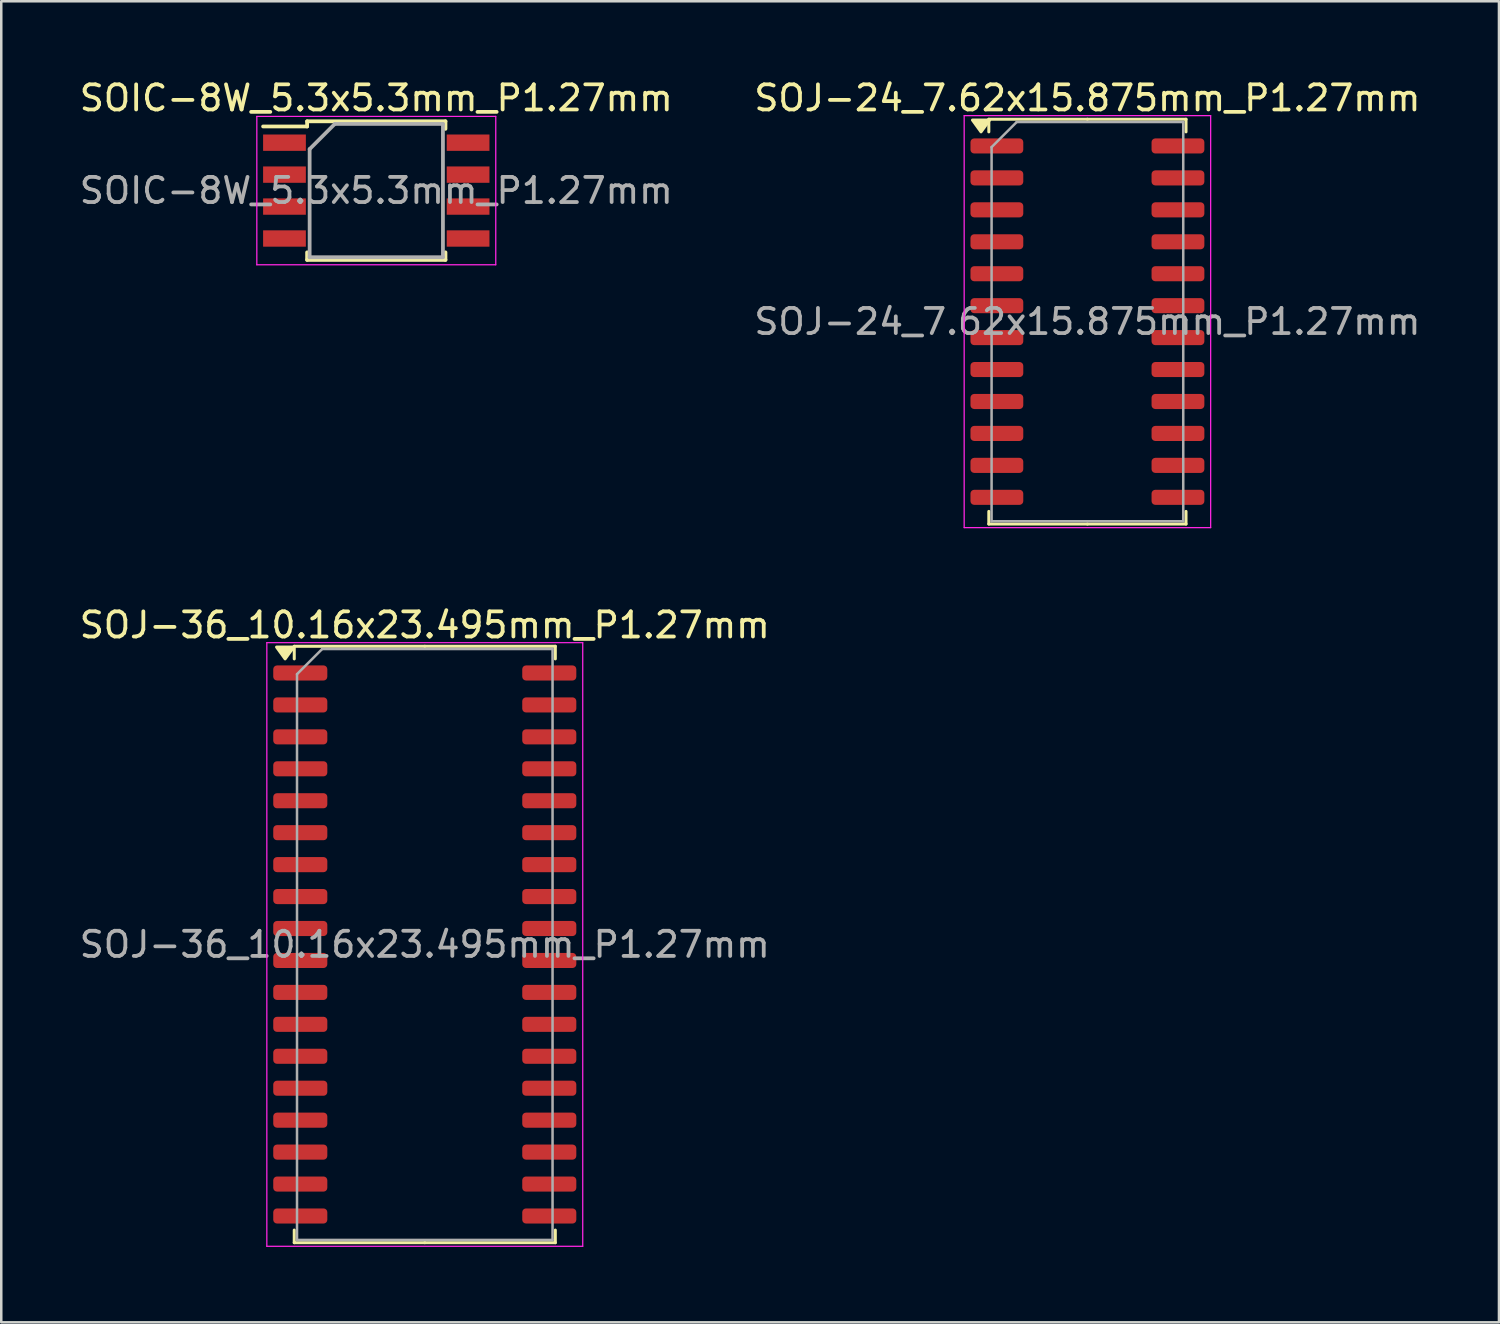
<source format=kicad_pcb>
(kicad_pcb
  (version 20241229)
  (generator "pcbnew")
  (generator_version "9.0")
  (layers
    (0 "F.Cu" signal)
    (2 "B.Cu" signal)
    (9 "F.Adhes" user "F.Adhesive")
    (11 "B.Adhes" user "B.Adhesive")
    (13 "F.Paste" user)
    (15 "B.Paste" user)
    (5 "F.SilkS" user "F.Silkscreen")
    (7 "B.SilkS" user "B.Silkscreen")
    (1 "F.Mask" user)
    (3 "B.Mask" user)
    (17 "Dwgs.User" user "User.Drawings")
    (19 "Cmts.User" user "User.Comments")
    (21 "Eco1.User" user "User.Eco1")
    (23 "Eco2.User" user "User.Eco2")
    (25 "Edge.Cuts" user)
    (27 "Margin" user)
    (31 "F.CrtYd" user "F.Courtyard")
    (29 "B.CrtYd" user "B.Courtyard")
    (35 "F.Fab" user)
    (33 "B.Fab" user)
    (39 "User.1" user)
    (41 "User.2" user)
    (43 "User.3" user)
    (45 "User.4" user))
  (footprint "SOJ-24_7.62x15.875mm_P1.27mm"
    (layer "F.Cu")
    (at 40.185 9.738)
    (property "Reference" "SOJ-24_7.62x15.875mm_P1.27mm" (at 0 -8.89 0) (layer "F.SilkS") (effects (font (size 1 1) (thickness 0.15))))
    (attr smd)
    (fp_line (start -3.92 -8.047) (end -3.92 -7.545) (stroke (width 0.12) (type solid)) (layer "F.SilkS"))
    (fp_line (start -3.92 8.047) (end -3.92 7.545) (stroke (width 0.12) (type solid)) (layer "F.SilkS"))
    (fp_line (start 0 -8.047) (end -3.92 -8.047) (stroke (width 0.12) (type solid)) (layer "F.SilkS"))
    (fp_line (start 0 -8.047) (end 3.92 -8.047) (stroke (width 0.12) (type solid)) (layer "F.SilkS"))
    (fp_line (start 0 8.047) (end -3.92 8.047) (stroke (width 0.12) (type solid)) (layer "F.SilkS"))
    (fp_line (start 0 8.047) (end 3.92 8.047) (stroke (width 0.12) (type solid)) (layer "F.SilkS"))
    (fp_line (start 3.92 -8.047) (end 3.92 -7.545) (stroke (width 0.12) (type solid)) (layer "F.SilkS"))
    (fp_line (start 3.92 8.047) (end 3.92 7.545) (stroke (width 0.12) (type solid)) (layer "F.SilkS"))
    (fp_poly (pts (xy -4.23 -7.545) (xy -4.57 -8.015) (xy -3.89 -8.015) (xy -4.23 -7.545)) (stroke (width 0.12) (type solid)) (fill yes) (layer "F.SilkS"))
    (fp_line (start -4.9 -8.19) (end -4.9 8.19) (stroke (width 0.05) (type solid)) (layer "F.CrtYd"))
    (fp_line (start -4.9 8.19) (end 4.9 8.19) (stroke (width 0.05) (type solid)) (layer "F.CrtYd"))
    (fp_line (start 4.9 -8.19) (end -4.9 -8.19) (stroke (width 0.05) (type solid)) (layer "F.CrtYd"))
    (fp_line (start 4.9 8.19) (end 4.9 -8.19) (stroke (width 0.05) (type solid)) (layer "F.CrtYd"))
    (fp_line (start -3.81 -6.938) (end -2.81 -7.938) (stroke (width 0.1) (type solid)) (layer "F.Fab"))
    (fp_line (start -3.81 7.938) (end -3.81 -6.938) (stroke (width 0.1) (type solid)) (layer "F.Fab"))
    (fp_line (start -2.81 -7.938) (end 3.81 -7.938) (stroke (width 0.1) (type solid)) (layer "F.Fab"))
    (fp_line (start 3.81 -7.938) (end 3.81 7.938) (stroke (width 0.1) (type solid)) (layer "F.Fab"))
    (fp_line (start 3.81 7.938) (end -3.81 7.938) (stroke (width 0.1) (type solid)) (layer "F.Fab"))
    (fp_text user "${REFERENCE}" (at 0 0 0) (layer "F.Fab") (effects (font (size 1 1) (thickness 0.15))))
    (pad "1" smd roundrect (at -3.6 -6.985) (size 2.1 0.6) (layers "F.Cu" "F.Mask" "F.Paste") (roundrect_rratio 0.25))
    (pad "2" smd roundrect (at -3.6 -5.715) (size 2.1 0.6) (layers "F.Cu" "F.Mask" "F.Paste") (roundrect_rratio 0.25))
    (pad "3" smd roundrect (at -3.6 -4.445) (size 2.1 0.6) (layers "F.Cu" "F.Mask" "F.Paste") (roundrect_rratio 0.25))
    (pad "4" smd roundrect (at -3.6 -3.175) (size 2.1 0.6) (layers "F.Cu" "F.Mask" "F.Paste") (roundrect_rratio 0.25))
    (pad "5" smd roundrect (at -3.6 -1.905) (size 2.1 0.6) (layers "F.Cu" "F.Mask" "F.Paste") (roundrect_rratio 0.25))
    (pad "6" smd roundrect (at -3.6 -0.635) (size 2.1 0.6) (layers "F.Cu" "F.Mask" "F.Paste") (roundrect_rratio 0.25))
    (pad "7" smd roundrect (at -3.6 0.635) (size 2.1 0.6) (layers "F.Cu" "F.Mask" "F.Paste") (roundrect_rratio 0.25))
    (pad "8" smd roundrect (at -3.6 1.905) (size 2.1 0.6) (layers "F.Cu" "F.Mask" "F.Paste") (roundrect_rratio 0.25))
    (pad "9" smd roundrect (at -3.6 3.175) (size 2.1 0.6) (layers "F.Cu" "F.Mask" "F.Paste") (roundrect_rratio 0.25))
    (pad "10" smd roundrect (at -3.6 4.445) (size 2.1 0.6) (layers "F.Cu" "F.Mask" "F.Paste") (roundrect_rratio 0.25))
    (pad "11" smd roundrect (at -3.6 5.715) (size 2.1 0.6) (layers "F.Cu" "F.Mask" "F.Paste") (roundrect_rratio 0.25))
    (pad "12" smd roundrect (at -3.6 6.985) (size 2.1 0.6) (layers "F.Cu" "F.Mask" "F.Paste") (roundrect_rratio 0.25))
    (pad "13" smd roundrect (at 3.6 6.985) (size 2.1 0.6) (layers "F.Cu" "F.Mask" "F.Paste") (roundrect_rratio 0.25))
    (pad "14" smd roundrect (at 3.6 5.715) (size 2.1 0.6) (layers "F.Cu" "F.Mask" "F.Paste") (roundrect_rratio 0.25))
    (pad "15" smd roundrect (at 3.6 4.445) (size 2.1 0.6) (layers "F.Cu" "F.Mask" "F.Paste") (roundrect_rratio 0.25))
    (pad "16" smd roundrect (at 3.6 3.175) (size 2.1 0.6) (layers "F.Cu" "F.Mask" "F.Paste") (roundrect_rratio 0.25))
    (pad "17" smd roundrect (at 3.6 1.905) (size 2.1 0.6) (layers "F.Cu" "F.Mask" "F.Paste") (roundrect_rratio 0.25))
    (pad "18" smd roundrect (at 3.6 0.635) (size 2.1 0.6) (layers "F.Cu" "F.Mask" "F.Paste") (roundrect_rratio 0.25))
    (pad "19" smd roundrect (at 3.6 -0.635) (size 2.1 0.6) (layers "F.Cu" "F.Mask" "F.Paste") (roundrect_rratio 0.25))
    (pad "20" smd roundrect (at 3.6 -1.905) (size 2.1 0.6) (layers "F.Cu" "F.Mask" "F.Paste") (roundrect_rratio 0.25))
    (pad "21" smd roundrect (at 3.6 -3.175) (size 2.1 0.6) (layers "F.Cu" "F.Mask" "F.Paste") (roundrect_rratio 0.25))
    (pad "22" smd roundrect (at 3.6 -4.445) (size 2.1 0.6) (layers "F.Cu" "F.Mask" "F.Paste") (roundrect_rratio 0.25))
    (pad "23" smd roundrect (at 3.6 -5.715) (size 2.1 0.6) (layers "F.Cu" "F.Mask" "F.Paste") (roundrect_rratio 0.25))
    (pad "24" smd roundrect (at 3.6 -6.985) (size 2.1 0.6) (layers "F.Cu" "F.Mask" "F.Paste") (roundrect_rratio 0.25)))
  (footprint "SOIC-8W_5.3x5.3mm_P1.27mm"
    (layer "F.Cu")
    (at 11.911 4.528)
    (property "Reference" "SOIC-8W_5.3x5.3mm_P1.27mm" (at 0 -3.68 0) (layer "F.SilkS") (effects (font (size 1 1) (thickness 0.15))))
    (attr smd)
    (fp_line (start -2.75 -2.755) (end -2.75 -2.55) (stroke (width 0.15) (type solid)) (layer "F.SilkS"))
    (fp_line (start -2.75 -2.755) (end 2.75 -2.755) (stroke (width 0.15) (type solid)) (layer "F.SilkS"))
    (fp_line (start -2.75 -2.55) (end -4.5 -2.55) (stroke (width 0.15) (type solid)) (layer "F.SilkS"))
    (fp_line (start -2.75 2.755) (end -2.75 2.455) (stroke (width 0.15) (type solid)) (layer "F.SilkS"))
    (fp_line (start -2.75 2.755) (end 2.75 2.755) (stroke (width 0.15) (type solid)) (layer "F.SilkS"))
    (fp_line (start 2.75 -2.755) (end 2.75 -2.455) (stroke (width 0.15) (type solid)) (layer "F.SilkS"))
    (fp_line (start 2.75 2.755) (end 2.75 2.455) (stroke (width 0.15) (type solid)) (layer "F.SilkS"))
    (fp_line (start -4.75 -2.95) (end -4.75 2.95) (stroke (width 0.05) (type solid)) (layer "F.CrtYd"))
    (fp_line (start -4.75 -2.95) (end 4.75 -2.95) (stroke (width 0.05) (type solid)) (layer "F.CrtYd"))
    (fp_line (start -4.75 2.95) (end 4.75 2.95) (stroke (width 0.05) (type solid)) (layer "F.CrtYd"))
    (fp_line (start 4.75 -2.95) (end 4.75 2.95) (stroke (width 0.05) (type solid)) (layer "F.CrtYd"))
    (fp_line (start -2.65 -1.65) (end -1.65 -2.65) (stroke (width 0.15) (type solid)) (layer "F.Fab"))
    (fp_line (start -2.65 2.65) (end -2.65 -1.65) (stroke (width 0.15) (type solid)) (layer "F.Fab"))
    (fp_line (start -1.65 -2.65) (end 2.65 -2.65) (stroke (width 0.15) (type solid)) (layer "F.Fab"))
    (fp_line (start 2.65 -2.65) (end 2.65 2.65) (stroke (width 0.15) (type solid)) (layer "F.Fab"))
    (fp_line (start 2.65 2.65) (end -2.65 2.65) (stroke (width 0.15) (type solid)) (layer "F.Fab"))
    (fp_text user "${REFERENCE}" (at 0 0 0) (layer "F.Fab") (effects (font (size 1 1) (thickness 0.15))))
    (pad "1" smd rect (at -3.65 -1.905) (size 1.7 0.65) (layers "F.Cu" "F.Mask" "F.Paste"))
    (pad "2" smd rect (at -3.65 -0.635) (size 1.7 0.65) (layers "F.Cu" "F.Mask" "F.Paste"))
    (pad "3" smd rect (at -3.65 0.635) (size 1.7 0.65) (layers "F.Cu" "F.Mask" "F.Paste"))
    (pad "4" smd rect (at -3.65 1.905) (size 1.7 0.65) (layers "F.Cu" "F.Mask" "F.Paste"))
    (pad "5" smd rect (at 3.65 1.905) (size 1.7 0.65) (layers "F.Cu" "F.Mask" "F.Paste"))
    (pad "6" smd rect (at 3.65 0.635) (size 1.7 0.65) (layers "F.Cu" "F.Mask" "F.Paste"))
    (pad "7" smd rect (at 3.65 -0.635) (size 1.7 0.65) (layers "F.Cu" "F.Mask" "F.Paste"))
    (pad "8" smd rect (at 3.65 -1.905) (size 1.7 0.65) (layers "F.Cu" "F.Mask" "F.Paste")))
  (footprint "SOJ-36_10.16x23.495mm_P1.27mm"
    (layer "F.Cu")
    (at 13.839 34.502)
    (property "Reference" "SOJ-36_10.16x23.495mm_P1.27mm" (at 0 -12.7 0) (layer "F.SilkS") (effects (font (size 1 1) (thickness 0.15))))
    (attr smd)
    (fp_line (start -5.19 -11.857) (end -5.19 -11.355) (stroke (width 0.12) (type solid)) (layer "F.SilkS"))
    (fp_line (start -5.19 11.857) (end -5.19 11.355) (stroke (width 0.12) (type solid)) (layer "F.SilkS"))
    (fp_line (start 0 -11.857) (end -5.19 -11.857) (stroke (width 0.12) (type solid)) (layer "F.SilkS"))
    (fp_line (start 0 -11.857) (end 5.19 -11.857) (stroke (width 0.12) (type solid)) (layer "F.SilkS"))
    (fp_line (start 0 11.857) (end -5.19 11.857) (stroke (width 0.12) (type solid)) (layer "F.SilkS"))
    (fp_line (start 0 11.857) (end 5.19 11.857) (stroke (width 0.12) (type solid)) (layer "F.SilkS"))
    (fp_line (start 5.19 -11.857) (end 5.19 -11.355) (stroke (width 0.12) (type solid)) (layer "F.SilkS"))
    (fp_line (start 5.19 11.857) (end 5.19 11.355) (stroke (width 0.12) (type solid)) (layer "F.SilkS"))
    (fp_poly (pts (xy -5.553 -11.355) (xy -5.893 -11.825) (xy -5.213 -11.825) (xy -5.553 -11.355)) (stroke (width 0.12) (type solid)) (fill yes) (layer "F.SilkS"))
    (fp_line (start -6.28 -12) (end -6.28 12) (stroke (width 0.05) (type solid)) (layer "F.CrtYd"))
    (fp_line (start -6.28 12) (end 6.28 12) (stroke (width 0.05) (type solid)) (layer "F.CrtYd"))
    (fp_line (start 6.28 -12) (end -6.28 -12) (stroke (width 0.05) (type solid)) (layer "F.CrtYd"))
    (fp_line (start 6.28 12) (end 6.28 -12) (stroke (width 0.05) (type solid)) (layer "F.CrtYd"))
    (fp_line (start -5.08 -10.748) (end -4.08 -11.748) (stroke (width 0.1) (type solid)) (layer "F.Fab"))
    (fp_line (start -5.08 11.748) (end -5.08 -10.748) (stroke (width 0.1) (type solid)) (layer "F.Fab"))
    (fp_line (start -4.08 -11.748) (end 5.08 -11.748) (stroke (width 0.1) (type solid)) (layer "F.Fab"))
    (fp_line (start 5.08 -11.748) (end 5.08 11.748) (stroke (width 0.1) (type solid)) (layer "F.Fab"))
    (fp_line (start 5.08 11.748) (end -5.08 11.748) (stroke (width 0.1) (type solid)) (layer "F.Fab"))
    (fp_text user "${REFERENCE}" (at 0 0 0) (layer "F.Fab") (effects (font (size 1 1) (thickness 0.15))))
    (pad "1" smd roundrect (at -4.95 -10.795) (size 2.15 0.6) (layers "F.Cu" "F.Mask" "F.Paste") (roundrect_rratio 0.25))
    (pad "2" smd roundrect (at -4.95 -9.525) (size 2.15 0.6) (layers "F.Cu" "F.Mask" "F.Paste") (roundrect_rratio 0.25))
    (pad "3" smd roundrect (at -4.95 -8.255) (size 2.15 0.6) (layers "F.Cu" "F.Mask" "F.Paste") (roundrect_rratio 0.25))
    (pad "4" smd roundrect (at -4.95 -6.985) (size 2.15 0.6) (layers "F.Cu" "F.Mask" "F.Paste") (roundrect_rratio 0.25))
    (pad "5" smd roundrect (at -4.95 -5.715) (size 2.15 0.6) (layers "F.Cu" "F.Mask" "F.Paste") (roundrect_rratio 0.25))
    (pad "6" smd roundrect (at -4.95 -4.445) (size 2.15 0.6) (layers "F.Cu" "F.Mask" "F.Paste") (roundrect_rratio 0.25))
    (pad "7" smd roundrect (at -4.95 -3.175) (size 2.15 0.6) (layers "F.Cu" "F.Mask" "F.Paste") (roundrect_rratio 0.25))
    (pad "8" smd roundrect (at -4.95 -1.905) (size 2.15 0.6) (layers "F.Cu" "F.Mask" "F.Paste") (roundrect_rratio 0.25))
    (pad "9" smd roundrect (at -4.95 -0.635) (size 2.15 0.6) (layers "F.Cu" "F.Mask" "F.Paste") (roundrect_rratio 0.25))
    (pad "10" smd roundrect (at -4.95 0.635) (size 2.15 0.6) (layers "F.Cu" "F.Mask" "F.Paste") (roundrect_rratio 0.25))
    (pad "11" smd roundrect (at -4.95 1.905) (size 2.15 0.6) (layers "F.Cu" "F.Mask" "F.Paste") (roundrect_rratio 0.25))
    (pad "12" smd roundrect (at -4.95 3.175) (size 2.15 0.6) (layers "F.Cu" "F.Mask" "F.Paste") (roundrect_rratio 0.25))
    (pad "13" smd roundrect (at -4.95 4.445) (size 2.15 0.6) (layers "F.Cu" "F.Mask" "F.Paste") (roundrect_rratio 0.25))
    (pad "14" smd roundrect (at -4.95 5.715) (size 2.15 0.6) (layers "F.Cu" "F.Mask" "F.Paste") (roundrect_rratio 0.25))
    (pad "15" smd roundrect (at -4.95 6.985) (size 2.15 0.6) (layers "F.Cu" "F.Mask" "F.Paste") (roundrect_rratio 0.25))
    (pad "16" smd roundrect (at -4.95 8.255) (size 2.15 0.6) (layers "F.Cu" "F.Mask" "F.Paste") (roundrect_rratio 0.25))
    (pad "17" smd roundrect (at -4.95 9.525) (size 2.15 0.6) (layers "F.Cu" "F.Mask" "F.Paste") (roundrect_rratio 0.25))
    (pad "18" smd roundrect (at -4.95 10.795) (size 2.15 0.6) (layers "F.Cu" "F.Mask" "F.Paste") (roundrect_rratio 0.25))
    (pad "19" smd roundrect (at 4.95 10.795) (size 2.15 0.6) (layers "F.Cu" "F.Mask" "F.Paste") (roundrect_rratio 0.25))
    (pad "20" smd roundrect (at 4.95 9.525) (size 2.15 0.6) (layers "F.Cu" "F.Mask" "F.Paste") (roundrect_rratio 0.25))
    (pad "21" smd roundrect (at 4.95 8.255) (size 2.15 0.6) (layers "F.Cu" "F.Mask" "F.Paste") (roundrect_rratio 0.25))
    (pad "22" smd roundrect (at 4.95 6.985) (size 2.15 0.6) (layers "F.Cu" "F.Mask" "F.Paste") (roundrect_rratio 0.25))
    (pad "23" smd roundrect (at 4.95 5.715) (size 2.15 0.6) (layers "F.Cu" "F.Mask" "F.Paste") (roundrect_rratio 0.25))
    (pad "24" smd roundrect (at 4.95 4.445) (size 2.15 0.6) (layers "F.Cu" "F.Mask" "F.Paste") (roundrect_rratio 0.25))
    (pad "25" smd roundrect (at 4.95 3.175) (size 2.15 0.6) (layers "F.Cu" "F.Mask" "F.Paste") (roundrect_rratio 0.25))
    (pad "26" smd roundrect (at 4.95 1.905) (size 2.15 0.6) (layers "F.Cu" "F.Mask" "F.Paste") (roundrect_rratio 0.25))
    (pad "27" smd roundrect (at 4.95 0.635) (size 2.15 0.6) (layers "F.Cu" "F.Mask" "F.Paste") (roundrect_rratio 0.25))
    (pad "28" smd roundrect (at 4.95 -0.635) (size 2.15 0.6) (layers "F.Cu" "F.Mask" "F.Paste") (roundrect_rratio 0.25))
    (pad "29" smd roundrect (at 4.95 -1.905) (size 2.15 0.6) (layers "F.Cu" "F.Mask" "F.Paste") (roundrect_rratio 0.25))
    (pad "30" smd roundrect (at 4.95 -3.175) (size 2.15 0.6) (layers "F.Cu" "F.Mask" "F.Paste") (roundrect_rratio 0.25))
    (pad "31" smd roundrect (at 4.95 -4.445) (size 2.15 0.6) (layers "F.Cu" "F.Mask" "F.Paste") (roundrect_rratio 0.25))
    (pad "32" smd roundrect (at 4.95 -5.715) (size 2.15 0.6) (layers "F.Cu" "F.Mask" "F.Paste") (roundrect_rratio 0.25))
    (pad "33" smd roundrect (at 4.95 -6.985) (size 2.15 0.6) (layers "F.Cu" "F.Mask" "F.Paste") (roundrect_rratio 0.25))
    (pad "34" smd roundrect (at 4.95 -8.255) (size 2.15 0.6) (layers "F.Cu" "F.Mask" "F.Paste") (roundrect_rratio 0.25))
    (pad "35" smd roundrect (at 4.95 -9.525) (size 2.15 0.6) (layers "F.Cu" "F.Mask" "F.Paste") (roundrect_rratio 0.25))
    (pad "36" smd roundrect (at 4.95 -10.795) (size 2.15 0.6) (layers "F.Cu" "F.Mask" "F.Paste") (roundrect_rratio 0.25)))
  (gr_rect
    (start -3 -3)
    (end 56.548 49.526)
    (stroke (width 0.1) (type default))
    (fill no)
    (layer "Edge.Cuts")))
</source>
